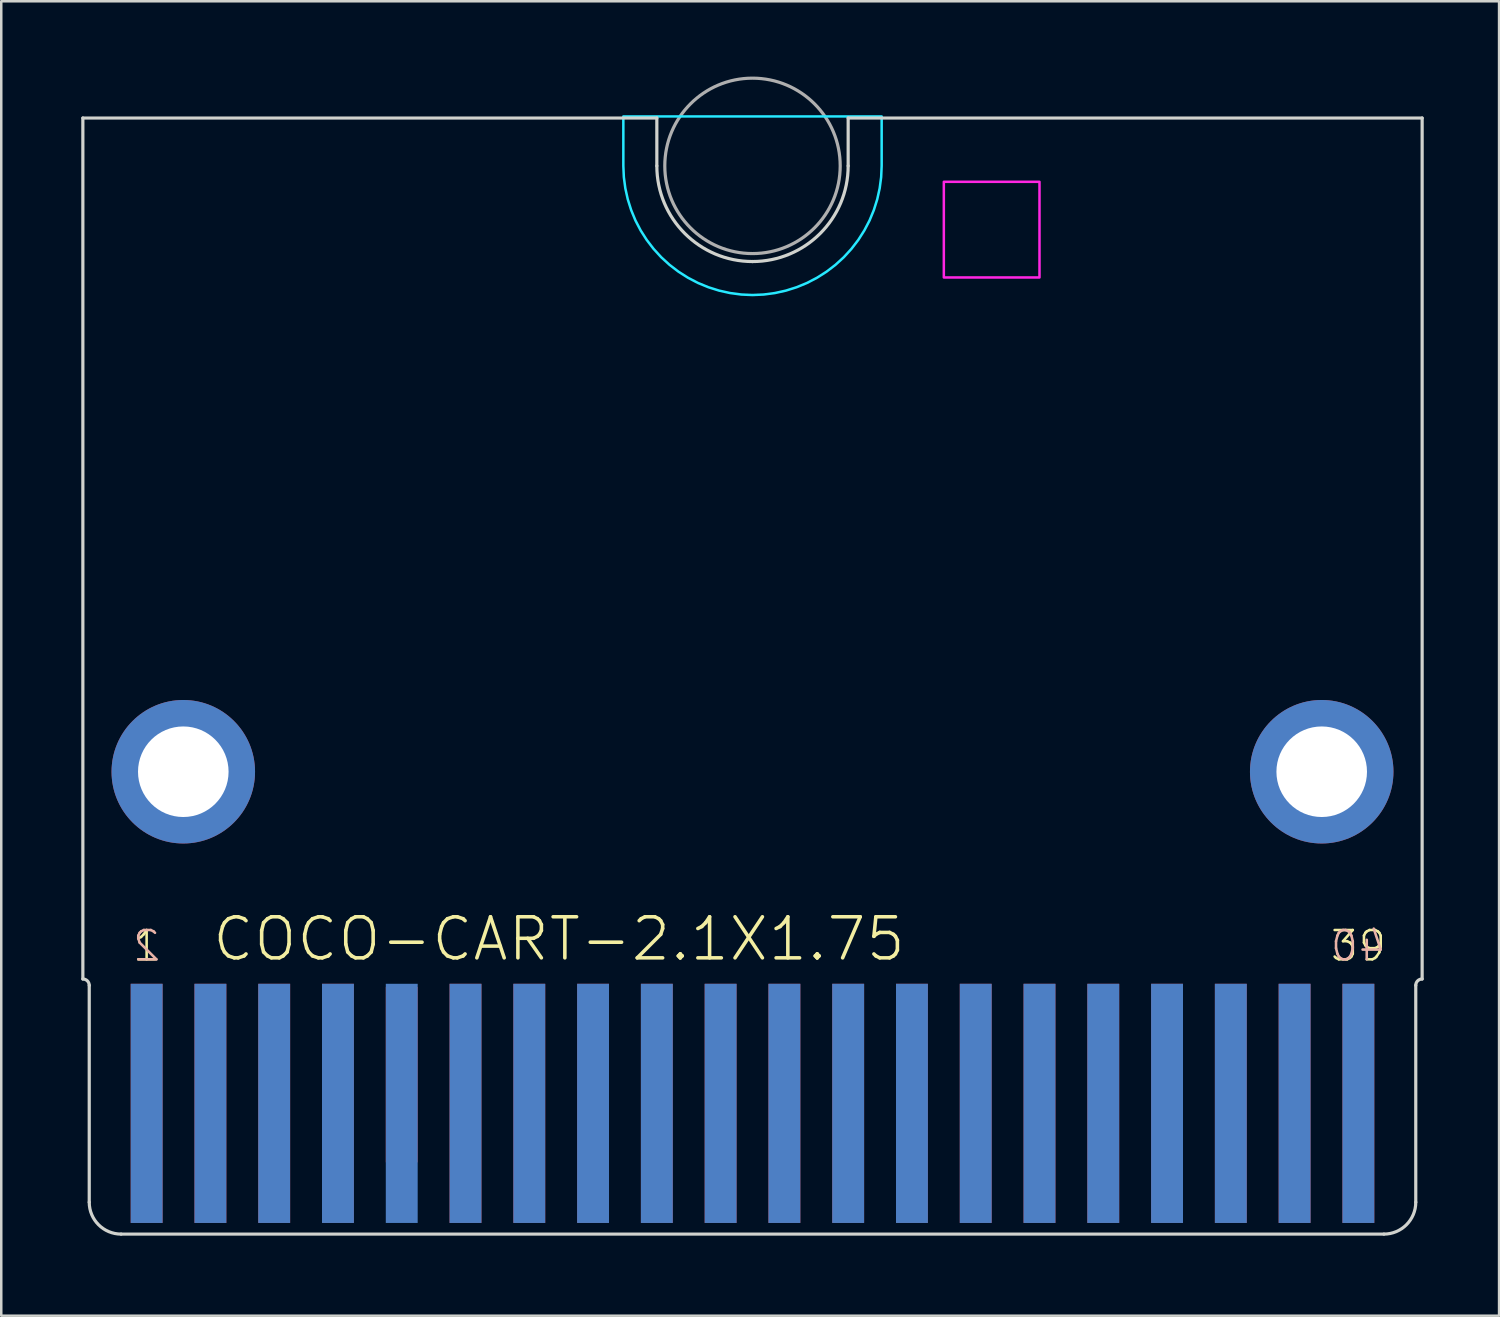
<source format=kicad_pcb>
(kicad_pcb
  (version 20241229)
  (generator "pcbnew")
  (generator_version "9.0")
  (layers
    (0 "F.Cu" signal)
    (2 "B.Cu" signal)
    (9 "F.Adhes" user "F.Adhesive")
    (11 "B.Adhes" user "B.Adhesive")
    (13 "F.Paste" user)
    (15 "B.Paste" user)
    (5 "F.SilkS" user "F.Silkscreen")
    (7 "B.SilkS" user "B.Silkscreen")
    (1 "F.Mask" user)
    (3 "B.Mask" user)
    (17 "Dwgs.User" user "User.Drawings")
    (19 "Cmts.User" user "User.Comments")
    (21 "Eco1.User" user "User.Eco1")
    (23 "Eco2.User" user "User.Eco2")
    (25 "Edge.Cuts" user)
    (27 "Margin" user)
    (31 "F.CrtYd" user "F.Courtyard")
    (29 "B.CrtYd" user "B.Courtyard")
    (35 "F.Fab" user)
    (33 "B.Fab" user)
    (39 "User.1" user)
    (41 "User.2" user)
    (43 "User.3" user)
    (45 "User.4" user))
  (footprint "COCO-CART-2.1X1.75"
    (layer "F.Cu")
    (at 0.25 46.101)
    (property "Reference" "COCO-CART-2.1X1.75" (at 5.08 -10.795 0) (layer "F.SilkS") (effects (font (size 1.636 1.636) (thickness 0.142)) (justify left bottom)))
    (fp_poly (pts (xy 0 0) (xy 53.34 0) (xy 53.34 -10.16) (xy 0 -10.16)) (stroke (width 0) (type solid)) (fill yes) (layer "F.Mask"))
    (fp_poly (pts (xy 0 0) (xy 53.34 0) (xy 53.34 -10.16) (xy 0 -10.16)) (stroke (width 0) (type solid)) (fill yes) (layer "B.Mask"))
    (fp_line (start 0 -44.45) (end 0 -10.16) (stroke (width 0.127) (type solid)) (layer "Edge.Cuts"))
    (fp_line (start 0.254 -9.906) (end 0.254 -1.27) (stroke (width 0.127) (type solid)) (layer "Edge.Cuts"))
    (fp_line (start 1.524 0) (end 51.816 0) (stroke (width 0.127) (type solid)) (layer "Edge.Cuts"))
    (fp_line (start 22.86 -44.45) (end 0 -44.45) (stroke (width 0.127) (type solid)) (layer "Edge.Cuts"))
    (fp_line (start 22.86 -42.545) (end 22.86 -44.45) (stroke (width 0.127) (type solid)) (layer "Edge.Cuts"))
    (fp_line (start 30.48 -44.45) (end 30.48 -42.545) (stroke (width 0.127) (type solid)) (layer "Edge.Cuts"))
    (fp_line (start 53.086 -1.27) (end 53.086 -9.906) (stroke (width 0.127) (type solid)) (layer "Edge.Cuts"))
    (fp_line (start 53.34 -44.45) (end 30.48 -44.45) (stroke (width 0.127) (type solid)) (layer "Edge.Cuts"))
    (fp_line (start 53.34 -10.16) (end 53.34 -44.45) (stroke (width 0.127) (type solid)) (layer "Edge.Cuts"))
    (fp_arc (start 0 -10.16) (mid 0.179605 -10.085605) (end 0.254 -9.906) (stroke (width 0.127) (type solid)) (layer "Edge.Cuts"))
    (fp_arc (start 1.524 0) (mid 0.625974 -0.371974) (end 0.254 -1.27) (stroke (width 0.127) (type solid)) (layer "Edge.Cuts"))
    (fp_arc (start 26.67 -38.735) (mid 23.975923 -39.850923) (end 22.86 -42.545) (stroke (width 0.127) (type solid)) (layer "Edge.Cuts"))
    (fp_arc (start 30.48 -42.545) (mid 29.364077 -39.850923) (end 26.67 -38.735) (stroke (width 0.127) (type solid)) (layer "Edge.Cuts"))
    (fp_arc (start 53.086 -9.906) (mid 53.160395 -10.085605) (end 53.34 -10.16) (stroke (width 0.127) (type solid)) (layer "Edge.Cuts"))
    (fp_arc (start 53.086 -1.27) (mid 52.714026 -0.371974) (end 51.816 0) (stroke (width 0.127) (type solid)) (layer "Edge.Cuts"))
    (fp_poly (pts (xy 31.814 -42.544) (xy 31.794 -42.097) (xy 31.735 -41.652) (xy 31.638 -41.214) (xy 31.503 -40.786) (xy 31.332 -40.371) (xy 31.124 -39.973) (xy 30.883 -39.595) (xy 30.61 -39.239) (xy 30.307 -38.908) (xy 29.976 -38.605) (xy 29.62 -38.332) (xy 29.242 -38.091) (xy 28.844 -37.883) (xy 28.429 -37.712) (xy 28.001 -37.577) (xy 27.563 -37.48) (xy 27.118 -37.421) (xy 26.67 -37.401) (xy 26.222 -37.421) (xy 25.777 -37.48) (xy 25.339 -37.577) (xy 24.911 -37.712) (xy 24.496 -37.883) (xy 24.098 -38.091) (xy 23.72 -38.332) (xy 23.364 -38.605) (xy 23.033 -38.908) (xy 22.73 -39.239) (xy 22.457 -39.595) (xy 22.216 -39.973) (xy 22.008 -40.371) (xy 21.837 -40.786) (xy 21.702 -41.214) (xy 21.605 -41.652) (xy 21.546 -42.097) (xy 21.526 -42.544) (xy 21.526 -44.514) (xy 31.814 -44.514)) (stroke (width 0.1) (type solid)) (fill no) (layer "B.CrtYd"))
    (fp_poly (pts (xy 34.29 -38.1) (xy 38.1 -38.1) (xy 38.1 -41.91) (xy 34.29 -41.91)) (stroke (width 0.1) (type solid)) (fill no) (layer "F.CrtYd"))
    (fp_circle (center 26.67 -42.545) (end 30.163 -42.545) (stroke (width 0.127) (type solid)) (fill no) (layer "F.Fab"))
    (fp_text user "39" (at 50.8 -10.795 0) (layer "F.SilkS") (effects (font (size 1.168 1.168) (thickness 0.102)) (justify bottom)))
    (fp_text user "1" (at 2.54 -10.795 0) (layer "F.SilkS") (effects (font (size 1.168 1.168) (thickness 0.102)) (justify bottom)))
    (fp_text user "40" (at 50.8 -10.795 0) (layer "B.SilkS") (effects (font (size 1.168 1.168) (thickness 0.102)) (justify bottom mirror)))
    (fp_text user "2" (at 2.54 -10.795 0) (layer "B.SilkS") (effects (font (size 1.168 1.168) (thickness 0.102)) (justify bottom mirror)))
    (pad "1" smd rect (at 2.54 -5.207) (size 1.27 9.525) (layers "F.Cu" "F.Mask"))
    (pad "2" smd rect (at 2.54 -5.207) (size 1.27 9.525) (layers "B.Cu" "B.Mask"))
    (pad "3" smd rect (at 5.08 -5.207) (size 1.27 9.525) (layers "F.Cu" "F.Mask"))
    (pad "4" smd rect (at 5.08 -5.207) (size 1.27 9.525) (layers "B.Cu" "B.Mask"))
    (pad "5" smd rect (at 7.62 -5.207) (size 1.27 9.525) (layers "F.Cu" "F.Mask"))
    (pad "6" smd rect (at 7.62 -5.207) (size 1.27 9.525) (layers "B.Cu" "B.Mask"))
    (pad "7" smd rect (at 10.16 -5.207) (size 1.27 9.525) (layers "F.Cu" "F.Mask"))
    (pad "8" smd rect (at 10.16 -5.207) (size 1.27 9.525) (layers "B.Cu" "B.Mask"))
    (pad "9" smd rect (at 12.7 -6.35) (size 1.27 6.985) (layers "F.Cu" "F.Mask"))
    (pad "10" smd rect (at 12.7 -5.207) (size 1.27 9.525) (layers "B.Cu" "B.Mask"))
    (pad "11" smd rect (at 15.24 -5.207) (size 1.27 9.525) (layers "F.Cu" "F.Mask"))
    (pad "12" smd rect (at 15.24 -5.207) (size 1.27 9.525) (layers "B.Cu" "B.Mask"))
    (pad "13" smd rect (at 17.78 -5.207) (size 1.27 9.525) (layers "F.Cu" "F.Mask"))
    (pad "14" smd rect (at 17.78 -5.207) (size 1.27 9.525) (layers "B.Cu" "B.Mask"))
    (pad "15" smd rect (at 20.32 -5.207) (size 1.27 9.525) (layers "F.Cu" "F.Mask"))
    (pad "16" smd rect (at 20.32 -5.207) (size 1.27 9.525) (layers "B.Cu" "B.Mask"))
    (pad "17" smd rect (at 22.86 -5.207) (size 1.27 9.525) (layers "F.Cu" "F.Mask"))
    (pad "18" smd rect (at 22.86 -5.207) (size 1.27 9.525) (layers "B.Cu" "B.Mask"))
    (pad "19" smd rect (at 25.4 -5.207) (size 1.27 9.525) (layers "F.Cu" "F.Mask"))
    (pad "20" smd rect (at 25.4 -5.207) (size 1.27 9.525) (layers "B.Cu" "B.Mask"))
    (pad "21" smd rect (at 27.94 -5.207) (size 1.27 9.525) (layers "F.Cu" "F.Mask"))
    (pad "22" smd rect (at 27.94 -5.207) (size 1.27 9.525) (layers "B.Cu" "B.Mask"))
    (pad "23" smd rect (at 30.48 -5.207) (size 1.27 9.525) (layers "F.Cu" "F.Mask"))
    (pad "24" smd rect (at 30.48 -5.207) (size 1.27 9.525) (layers "B.Cu" "B.Mask"))
    (pad "25" smd rect (at 33.02 -5.207) (size 1.27 9.525) (layers "F.Cu" "F.Mask"))
    (pad "26" smd rect (at 33.02 -5.207) (size 1.27 9.525) (layers "B.Cu" "B.Mask"))
    (pad "27" smd rect (at 35.56 -5.207) (size 1.27 9.525) (layers "F.Cu" "F.Mask"))
    (pad "28" smd rect (at 35.56 -5.207) (size 1.27 9.525) (layers "B.Cu" "B.Mask"))
    (pad "29" smd rect (at 38.1 -5.207) (size 1.27 9.525) (layers "F.Cu" "F.Mask"))
    (pad "30" smd rect (at 38.1 -5.207) (size 1.27 9.525) (layers "B.Cu" "B.Mask"))
    (pad "31" smd rect (at 40.64 -5.207) (size 1.27 9.525) (layers "F.Cu" "F.Mask"))
    (pad "32" smd rect (at 40.64 -5.207) (size 1.27 9.525) (layers "B.Cu" "B.Mask"))
    (pad "33" smd rect (at 43.18 -5.207) (size 1.27 9.525) (layers "F.Cu" "F.Mask"))
    (pad "34" smd rect (at 43.18 -5.207) (size 1.27 9.525) (layers "B.Cu" "B.Mask"))
    (pad "35" smd rect (at 45.72 -5.207) (size 1.27 9.525) (layers "F.Cu" "F.Mask"))
    (pad "36" smd rect (at 45.72 -5.207) (size 1.27 9.525) (layers "B.Cu" "B.Mask"))
    (pad "37" smd rect (at 48.26 -5.207) (size 1.27 9.525) (layers "F.Cu" "F.Mask"))
    (pad "38" smd rect (at 48.26 -5.207) (size 1.27 9.525) (layers "B.Cu" "B.Mask"))
    (pad "39" smd rect (at 50.8 -5.207) (size 1.27 9.525) (layers "F.Cu" "F.Mask"))
    (pad "40" smd rect (at 50.8 -5.207) (size 1.27 9.525) (layers "B.Cu" "B.Mask"))
    (pad "MTG1" thru_hole circle (at 4 -18.415) (size 5.715 5.715) (drill 3.607) (layers "*.Cu" "*.Mask"))
    (pad "MTG2" thru_hole circle (at 49.34 -18.415) (size 5.715 5.715) (drill 3.607) (layers "*.Cu" "*.Mask"))
    (zone (net_name "") (layer "F.Cu") (hatch edge 0.508) (connect_pads) (min_thickness 0.254) (filled_areas_thickness no) (keepout (tracks not_allowed) (vias not_allowed) (pads not_allowed) (copperpour not_allowed) (footprints allowed)) (placement (enabled no)) (fill) (polygon (pts (xy 0.25 46.101) (xy 2.155 46.101) (xy 2.155 35.941) (xy 0.25 35.941))))
    (zone (net_name "") (layer "F.Cu") (hatch edge 0.508) (connect_pads) (min_thickness 0.254) (filled_areas_thickness no) (keepout (tracks not_allowed) (vias not_allowed) (pads not_allowed) (copperpour not_allowed) (footprints allowed)) (placement (enabled no)) (fill) (polygon (pts (xy 3.425 46.101) (xy 4.695 46.101) (xy 4.695 35.941) (xy 3.425 35.941))))
    (zone (net_name "") (layer "F.Cu") (hatch edge 0.508) (connect_pads) (min_thickness 0.254) (filled_areas_thickness no) (keepout (tracks not_allowed) (vias not_allowed) (pads not_allowed) (copperpour not_allowed) (footprints allowed)) (placement (enabled no)) (fill) (polygon (pts (xy 5.965 46.101) (xy 7.235 46.101) (xy 7.235 35.941) (xy 5.965 35.941))))
    (zone (net_name "") (layer "F.Cu") (hatch edge 0.508) (connect_pads) (min_thickness 0.254) (filled_areas_thickness no) (keepout (tracks not_allowed) (vias not_allowed) (pads not_allowed) (copperpour not_allowed) (footprints allowed)) (placement (enabled no)) (fill) (polygon (pts (xy 8.505 46.101) (xy 9.775 46.101) (xy 9.775 35.941) (xy 8.505 35.941))))
    (zone (net_name "") (layer "F.Cu") (hatch edge 0.508) (connect_pads) (min_thickness 0.254) (filled_areas_thickness no) (keepout (tracks not_allowed) (vias not_allowed) (pads not_allowed) (copperpour not_allowed) (footprints allowed)) (placement (enabled no)) (fill) (polygon (pts (xy 11.045 46.101) (xy 12.315 46.101) (xy 12.315 35.941) (xy 11.045 35.941))))
    (zone (net_name "") (layer "F.Cu") (hatch edge 0.508) (connect_pads) (min_thickness 0.254) (filled_areas_thickness no) (keepout (tracks not_allowed) (vias not_allowed) (pads not_allowed) (copperpour not_allowed) (footprints allowed)) (placement (enabled no)) (fill) (polygon (pts (xy 13.585 46.101) (xy 14.855 46.101) (xy 14.855 35.941) (xy 13.585 35.941))))
    (zone (net_name "") (layer "F.Cu") (hatch edge 0.508) (connect_pads) (min_thickness 0.254) (filled_areas_thickness no) (keepout (tracks not_allowed) (vias not_allowed) (pads not_allowed) (copperpour not_allowed) (footprints allowed)) (placement (enabled no)) (fill) (polygon (pts (xy 16.125 46.101) (xy 17.395 46.101) (xy 17.395 35.941) (xy 16.125 35.941))))
    (zone (net_name "") (layer "F.Cu") (hatch edge 0.508) (connect_pads) (min_thickness 0.254) (filled_areas_thickness no) (keepout (tracks not_allowed) (vias not_allowed) (pads not_allowed) (copperpour not_allowed) (footprints allowed)) (placement (enabled no)) (fill) (polygon (pts (xy 18.665 46.101) (xy 19.935 46.101) (xy 19.935 35.941) (xy 18.665 35.941))))
    (zone (net_name "") (layer "F.Cu") (hatch edge 0.508) (connect_pads) (min_thickness 0.254) (filled_areas_thickness no) (keepout (tracks not_allowed) (vias not_allowed) (pads not_allowed) (copperpour not_allowed) (footprints allowed)) (placement (enabled no)) (fill) (polygon (pts (xy 21.205 46.101) (xy 22.475 46.101) (xy 22.475 35.941) (xy 21.205 35.941))))
    (zone (net_name "") (layer "F.Cu") (hatch edge 0.508) (connect_pads) (min_thickness 0.254) (filled_areas_thickness no) (keepout (tracks not_allowed) (vias not_allowed) (pads not_allowed) (copperpour not_allowed) (footprints allowed)) (placement (enabled no)) (fill) (polygon (pts (xy 23.745 46.101) (xy 25.015 46.101) (xy 25.015 35.941) (xy 23.745 35.941))))
    (zone (net_name "") (layer "F.Cu") (hatch edge 0.508) (connect_pads) (min_thickness 0.254) (filled_areas_thickness no) (keepout (tracks not_allowed) (vias not_allowed) (pads not_allowed) (copperpour not_allowed) (footprints allowed)) (placement (enabled no)) (fill) (polygon (pts (xy 26.285 46.101) (xy 27.555 46.101) (xy 27.555 35.941) (xy 26.285 35.941))))
    (zone (net_name "") (layer "F.Cu") (hatch edge 0.508) (connect_pads) (min_thickness 0.254) (filled_areas_thickness no) (keepout (tracks not_allowed) (vias not_allowed) (pads not_allowed) (copperpour not_allowed) (footprints allowed)) (placement (enabled no)) (fill) (polygon (pts (xy 28.825 46.101) (xy 30.095 46.101) (xy 30.095 35.941) (xy 28.825 35.941))))
    (zone (net_name "") (layer "F.Cu") (hatch edge 0.508) (connect_pads) (min_thickness 0.254) (filled_areas_thickness no) (keepout (tracks not_allowed) (vias not_allowed) (pads not_allowed) (copperpour not_allowed) (footprints allowed)) (placement (enabled no)) (fill) (polygon (pts (xy 31.365 46.101) (xy 32.635 46.101) (xy 32.635 35.941) (xy 31.365 35.941))))
    (zone (net_name "") (layer "F.Cu") (hatch edge 0.508) (connect_pads) (min_thickness 0.254) (filled_areas_thickness no) (keepout (tracks not_allowed) (vias not_allowed) (pads not_allowed) (copperpour not_allowed) (footprints allowed)) (placement (enabled no)) (fill) (polygon (pts (xy 33.905 46.101) (xy 35.175 46.101) (xy 35.175 35.941) (xy 33.905 35.941))))
    (zone (net_name "") (layer "F.Cu") (hatch edge 0.508) (connect_pads) (min_thickness 0.254) (filled_areas_thickness no) (keepout (tracks not_allowed) (vias not_allowed) (pads not_allowed) (copperpour not_allowed) (footprints allowed)) (placement (enabled no)) (fill) (polygon (pts (xy 36.445 46.101) (xy 37.715 46.101) (xy 37.715 35.941) (xy 36.445 35.941))))
    (zone (net_name "") (layer "F.Cu") (hatch edge 0.508) (connect_pads) (min_thickness 0.254) (filled_areas_thickness no) (keepout (tracks not_allowed) (vias not_allowed) (pads not_allowed) (copperpour not_allowed) (footprints allowed)) (placement (enabled no)) (fill) (polygon (pts (xy 38.985 46.101) (xy 40.255 46.101) (xy 40.255 35.941) (xy 38.985 35.941))))
    (zone (net_name "") (layer "F.Cu") (hatch edge 0.508) (connect_pads) (min_thickness 0.254) (filled_areas_thickness no) (keepout (tracks not_allowed) (vias not_allowed) (pads not_allowed) (copperpour not_allowed) (footprints allowed)) (placement (enabled no)) (fill) (polygon (pts (xy 41.525 46.101) (xy 42.795 46.101) (xy 42.795 35.941) (xy 41.525 35.941))))
    (zone (net_name "") (layer "F.Cu") (hatch edge 0.508) (connect_pads) (min_thickness 0.254) (filled_areas_thickness no) (keepout (tracks not_allowed) (vias not_allowed) (pads not_allowed) (copperpour not_allowed) (footprints allowed)) (placement (enabled no)) (fill) (polygon (pts (xy 44.065 46.101) (xy 45.335 46.101) (xy 45.335 35.941) (xy 44.065 35.941))))
    (zone (net_name "") (layer "F.Cu") (hatch edge 0.508) (connect_pads) (min_thickness 0.254) (filled_areas_thickness no) (keepout (tracks not_allowed) (vias not_allowed) (pads not_allowed) (copperpour not_allowed) (footprints allowed)) (placement (enabled no)) (fill) (polygon (pts (xy 46.605 46.101) (xy 47.875 46.101) (xy 47.875 35.941) (xy 46.605 35.941))))
    (zone (net_name "") (layer "F.Cu") (hatch edge 0.508) (connect_pads) (min_thickness 0.254) (filled_areas_thickness no) (keepout (tracks not_allowed) (vias not_allowed) (pads not_allowed) (copperpour not_allowed) (footprints allowed)) (placement (enabled no)) (fill) (polygon (pts (xy 49.145 46.101) (xy 50.415 46.101) (xy 50.415 35.941) (xy 49.145 35.941))))
    (zone (net_name "") (layer "F.Cu") (hatch edge 0.508) (connect_pads) (min_thickness 0.254) (filled_areas_thickness no) (keepout (tracks not_allowed) (vias not_allowed) (pads not_allowed) (copperpour not_allowed) (footprints allowed)) (placement (enabled no)) (fill) (polygon (pts (xy 51.685 46.101) (xy 53.59 46.101) (xy 53.59 35.941) (xy 51.685 35.941))))
    (zone (net_name "") (layer "B.Cu") (hatch edge 0.508) (connect_pads) (min_thickness 0.254) (filled_areas_thickness no) (keepout (tracks not_allowed) (vias not_allowed) (pads not_allowed) (copperpour not_allowed) (footprints allowed)) (placement (enabled no)) (fill) (polygon (pts (xy 0.25 46.101) (xy 2.155 46.101) (xy 2.155 35.941) (xy 0.25 35.941))))
    (zone (net_name "") (layer "B.Cu") (hatch edge 0.508) (connect_pads) (min_thickness 0.254) (filled_areas_thickness no) (keepout (tracks not_allowed) (vias not_allowed) (pads not_allowed) (copperpour not_allowed) (footprints allowed)) (placement (enabled no)) (fill) (polygon (pts (xy 3.425 46.101) (xy 4.695 46.101) (xy 4.695 35.941) (xy 3.425 35.941))))
    (zone (net_name "") (layer "B.Cu") (hatch edge 0.508) (connect_pads) (min_thickness 0.254) (filled_areas_thickness no) (keepout (tracks not_allowed) (vias not_allowed) (pads not_allowed) (copperpour not_allowed) (footprints allowed)) (placement (enabled no)) (fill) (polygon (pts (xy 5.965 46.101) (xy 7.235 46.101) (xy 7.235 35.941) (xy 5.965 35.941))))
    (zone (net_name "") (layer "B.Cu") (hatch edge 0.508) (connect_pads) (min_thickness 0.254) (filled_areas_thickness no) (keepout (tracks not_allowed) (vias not_allowed) (pads not_allowed) (copperpour not_allowed) (footprints allowed)) (placement (enabled no)) (fill) (polygon (pts (xy 8.505 46.101) (xy 9.775 46.101) (xy 9.775 35.941) (xy 8.505 35.941))))
    (zone (net_name "") (layer "B.Cu") (hatch edge 0.508) (connect_pads) (min_thickness 0.254) (filled_areas_thickness no) (keepout (tracks not_allowed) (vias not_allowed) (pads not_allowed) (copperpour not_allowed) (footprints allowed)) (placement (enabled no)) (fill) (polygon (pts (xy 11.045 46.101) (xy 12.315 46.101) (xy 12.315 35.941) (xy 11.045 35.941))))
    (zone (net_name "") (layer "B.Cu") (hatch edge 0.508) (connect_pads) (min_thickness 0.254) (filled_areas_thickness no) (keepout (tracks not_allowed) (vias not_allowed) (pads not_allowed) (copperpour not_allowed) (footprints allowed)) (placement (enabled no)) (fill) (polygon (pts (xy 13.585 46.101) (xy 14.855 46.101) (xy 14.855 35.941) (xy 13.585 35.941))))
    (zone (net_name "") (layer "B.Cu") (hatch edge 0.508) (connect_pads) (min_thickness 0.254) (filled_areas_thickness no) (keepout (tracks not_allowed) (vias not_allowed) (pads not_allowed) (copperpour not_allowed) (footprints allowed)) (placement (enabled no)) (fill) (polygon (pts (xy 16.125 46.101) (xy 17.395 46.101) (xy 17.395 35.941) (xy 16.125 35.941))))
    (zone (net_name "") (layer "B.Cu") (hatch edge 0.508) (connect_pads) (min_thickness 0.254) (filled_areas_thickness no) (keepout (tracks not_allowed) (vias not_allowed) (pads not_allowed) (copperpour not_allowed) (footprints allowed)) (placement (enabled no)) (fill) (polygon (pts (xy 18.665 46.101) (xy 19.935 46.101) (xy 19.935 35.941) (xy 18.665 35.941))))
    (zone (net_name "") (layer "B.Cu") (hatch edge 0.508) (connect_pads) (min_thickness 0.254) (filled_areas_thickness no) (keepout (tracks not_allowed) (vias not_allowed) (pads not_allowed) (copperpour not_allowed) (footprints allowed)) (placement (enabled no)) (fill) (polygon (pts (xy 21.205 46.101) (xy 22.475 46.101) (xy 22.475 35.941) (xy 21.205 35.941))))
    (zone (net_name "") (layer "B.Cu") (hatch edge 0.508) (connect_pads) (min_thickness 0.254) (filled_areas_thickness no) (keepout (tracks not_allowed) (vias not_allowed) (pads not_allowed) (copperpour not_allowed) (footprints allowed)) (placement (enabled no)) (fill) (polygon (pts (xy 23.745 46.101) (xy 25.015 46.101) (xy 25.015 35.941) (xy 23.745 35.941))))
    (zone (net_name "") (layer "B.Cu") (hatch edge 0.508) (connect_pads) (min_thickness 0.254) (filled_areas_thickness no) (keepout (tracks not_allowed) (vias not_allowed) (pads not_allowed) (copperpour not_allowed) (footprints allowed)) (placement (enabled no)) (fill) (polygon (pts (xy 26.285 46.101) (xy 27.555 46.101) (xy 27.555 35.941) (xy 26.285 35.941))))
    (zone (net_name "") (layer "B.Cu") (hatch edge 0.508) (connect_pads) (min_thickness 0.254) (filled_areas_thickness no) (keepout (tracks not_allowed) (vias not_allowed) (pads not_allowed) (copperpour not_allowed) (footprints allowed)) (placement (enabled no)) (fill) (polygon (pts (xy 28.825 46.101) (xy 30.095 46.101) (xy 30.095 35.941) (xy 28.825 35.941))))
    (zone (net_name "") (layer "B.Cu") (hatch edge 0.508) (connect_pads) (min_thickness 0.254) (filled_areas_thickness no) (keepout (tracks not_allowed) (vias not_allowed) (pads not_allowed) (copperpour not_allowed) (footprints allowed)) (placement (enabled no)) (fill) (polygon (pts (xy 31.365 46.101) (xy 32.635 46.101) (xy 32.635 35.941) (xy 31.365 35.941))))
    (zone (net_name "") (layer "B.Cu") (hatch edge 0.508) (connect_pads) (min_thickness 0.254) (filled_areas_thickness no) (keepout (tracks not_allowed) (vias not_allowed) (pads not_allowed) (copperpour not_allowed) (footprints allowed)) (placement (enabled no)) (fill) (polygon (pts (xy 33.905 46.101) (xy 35.175 46.101) (xy 35.175 35.941) (xy 33.905 35.941))))
    (zone (net_name "") (layer "B.Cu") (hatch edge 0.508) (connect_pads) (min_thickness 0.254) (filled_areas_thickness no) (keepout (tracks not_allowed) (vias not_allowed) (pads not_allowed) (copperpour not_allowed) (footprints allowed)) (placement (enabled no)) (fill) (polygon (pts (xy 36.445 46.101) (xy 37.715 46.101) (xy 37.715 35.941) (xy 36.445 35.941))))
    (zone (net_name "") (layer "B.Cu") (hatch edge 0.508) (connect_pads) (min_thickness 0.254) (filled_areas_thickness no) (keepout (tracks not_allowed) (vias not_allowed) (pads not_allowed) (copperpour not_allowed) (footprints allowed)) (placement (enabled no)) (fill) (polygon (pts (xy 38.985 46.101) (xy 40.255 46.101) (xy 40.255 35.941) (xy 38.985 35.941))))
    (zone (net_name "") (layer "B.Cu") (hatch edge 0.508) (connect_pads) (min_thickness 0.254) (filled_areas_thickness no) (keepout (tracks not_allowed) (vias not_allowed) (pads not_allowed) (copperpour not_allowed) (footprints allowed)) (placement (enabled no)) (fill) (polygon (pts (xy 41.525 46.101) (xy 42.795 46.101) (xy 42.795 35.941) (xy 41.525 35.941))))
    (zone (net_name "") (layer "B.Cu") (hatch edge 0.508) (connect_pads) (min_thickness 0.254) (filled_areas_thickness no) (keepout (tracks not_allowed) (vias not_allowed) (pads not_allowed) (copperpour not_allowed) (footprints allowed)) (placement (enabled no)) (fill) (polygon (pts (xy 44.065 46.101) (xy 45.335 46.101) (xy 45.335 35.941) (xy 44.065 35.941))))
    (zone (net_name "") (layer "B.Cu") (hatch edge 0.508) (connect_pads) (min_thickness 0.254) (filled_areas_thickness no) (keepout (tracks not_allowed) (vias not_allowed) (pads not_allowed) (copperpour not_allowed) (footprints allowed)) (placement (enabled no)) (fill) (polygon (pts (xy 46.605 46.101) (xy 47.875 46.101) (xy 47.875 35.941) (xy 46.605 35.941))))
    (zone (net_name "") (layer "B.Cu") (hatch edge 0.508) (connect_pads) (min_thickness 0.254) (filled_areas_thickness no) (keepout (tracks not_allowed) (vias not_allowed) (pads not_allowed) (copperpour not_allowed) (footprints allowed)) (placement (enabled no)) (fill) (polygon (pts (xy 49.145 46.101) (xy 50.415 46.101) (xy 50.415 35.941) (xy 49.145 35.941))))
    (zone (net_name "") (layer "B.Cu") (hatch edge 0.508) (connect_pads) (min_thickness 0.254) (filled_areas_thickness no) (keepout (tracks not_allowed) (vias not_allowed) (pads not_allowed) (copperpour not_allowed) (footprints allowed)) (placement (enabled no)) (fill) (polygon (pts (xy 51.685 46.101) (xy 53.59 46.101) (xy 53.59 35.941) (xy 51.685 35.941)))))
  (gr_rect
    (start -3 -3)
    (end 56.654 49.351)
    (stroke (width 0.1) (type default))
    (fill no)
    (layer "Edge.Cuts")))
</source>
